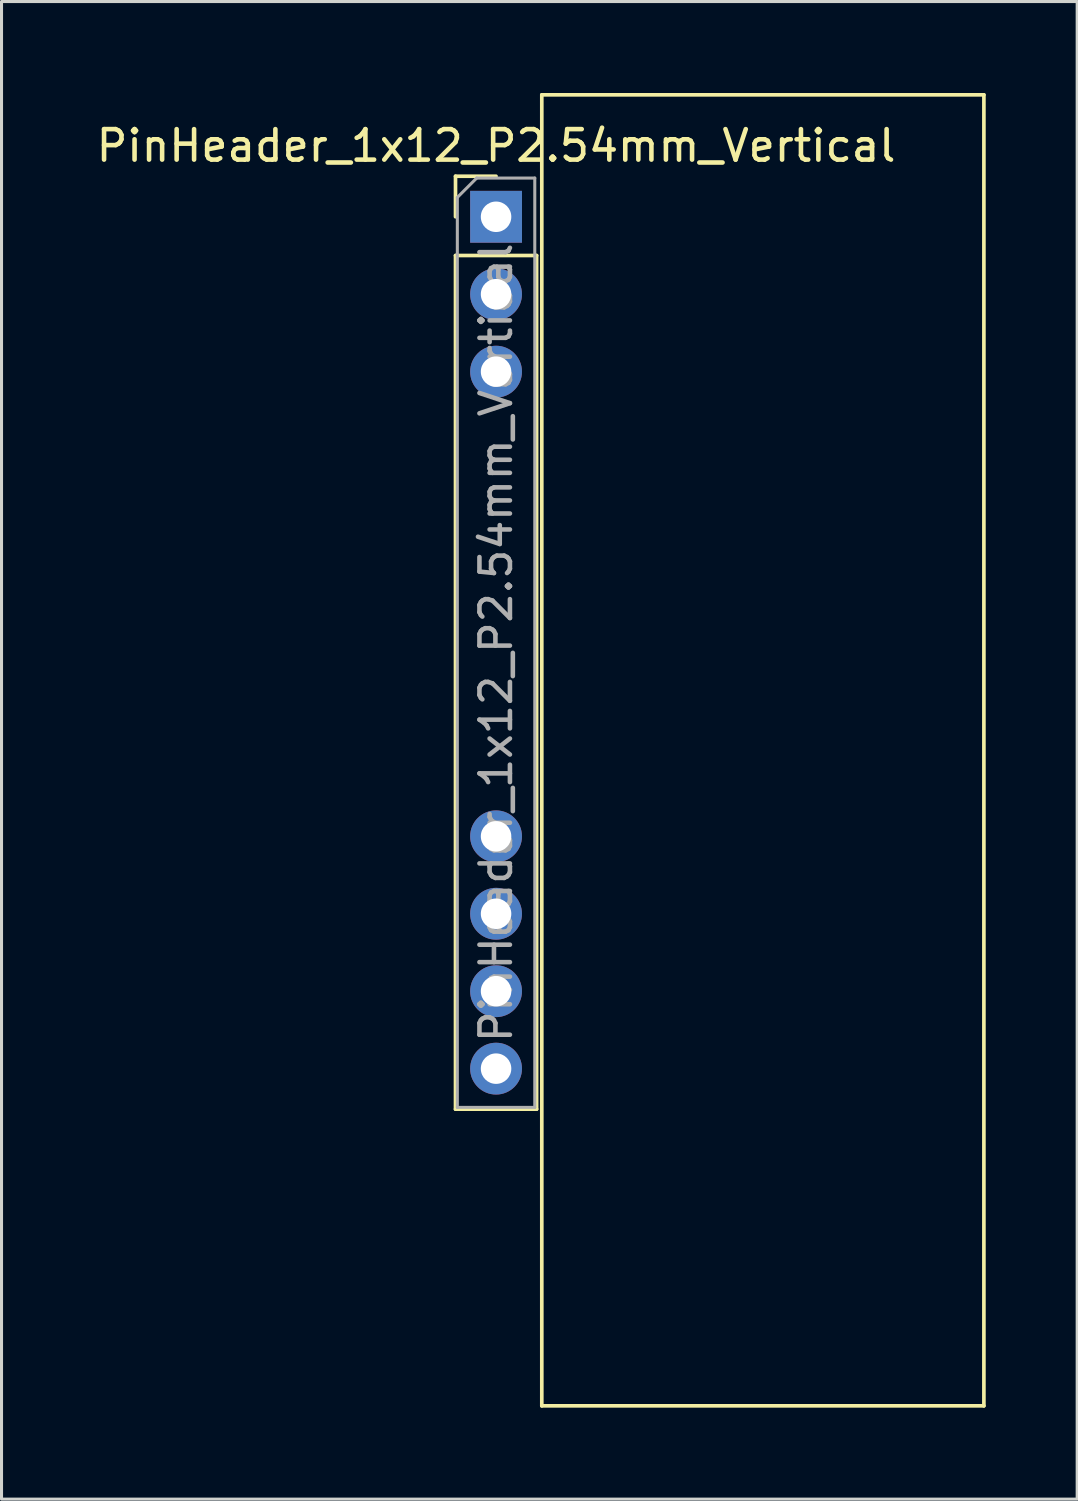
<source format=kicad_pcb>
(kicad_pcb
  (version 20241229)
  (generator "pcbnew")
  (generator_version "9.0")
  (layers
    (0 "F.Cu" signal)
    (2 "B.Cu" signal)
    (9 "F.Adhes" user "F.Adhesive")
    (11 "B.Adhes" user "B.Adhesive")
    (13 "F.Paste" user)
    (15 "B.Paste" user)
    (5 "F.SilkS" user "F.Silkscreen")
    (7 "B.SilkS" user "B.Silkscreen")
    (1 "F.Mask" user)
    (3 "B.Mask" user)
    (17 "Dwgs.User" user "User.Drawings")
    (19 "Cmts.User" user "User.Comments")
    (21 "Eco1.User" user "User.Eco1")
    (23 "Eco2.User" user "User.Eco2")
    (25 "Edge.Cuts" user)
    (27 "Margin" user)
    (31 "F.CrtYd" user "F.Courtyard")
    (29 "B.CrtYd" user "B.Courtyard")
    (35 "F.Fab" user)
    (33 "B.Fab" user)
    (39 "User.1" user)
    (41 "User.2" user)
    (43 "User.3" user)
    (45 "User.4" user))
  (footprint "PinHeader_1x12_P2.54mm_Vertical"
    (layer "F.Cu")
    (at 13.22 4.06)
    (property "Reference" "PinHeader_1x12_P2.54mm_Vertical" (at 0 -2.33 0) (layer "F.SilkS") (effects (font (size 1 1) (thickness 0.15))))
    (attr through_hole)
    (fp_line (start -1.33 -1.33) (end 0 -1.33) (stroke (width 0.12) (type solid)) (layer "F.SilkS"))
    (fp_line (start -1.33 0) (end -1.33 -1.33) (stroke (width 0.12) (type solid)) (layer "F.SilkS"))
    (fp_line (start -1.33 1.27) (end -1.33 29.27) (stroke (width 0.12) (type solid)) (layer "F.SilkS"))
    (fp_line (start -1.33 1.27) (end 1.33 1.27) (stroke (width 0.12) (type solid)) (layer "F.SilkS"))
    (fp_line (start -1.33 29.27) (end 1.33 29.27) (stroke (width 0.12) (type solid)) (layer "F.SilkS"))
    (fp_line (start 1.33 1.27) (end 1.33 29.27) (stroke (width 0.12) (type solid)) (layer "F.SilkS"))
    (fp_line (start 1.5 -4) (end 16 -4) (stroke (width 0.12) (type solid)) (layer "F.SilkS"))
    (fp_line (start 1.5 39) (end 1.5 -4) (stroke (width 0.12) (type solid)) (layer "F.SilkS"))
    (fp_line (start 16 -4) (end 16 39) (stroke (width 0.12) (type solid)) (layer "F.SilkS"))
    (fp_line (start 16 39) (end 1.5 39) (stroke (width 0.12) (type solid)) (layer "F.SilkS"))
    (fp_line (start -1.27 -0.635) (end -0.635 -1.27) (stroke (width 0.1) (type solid)) (layer "F.Fab"))
    (fp_line (start -1.27 29.21) (end -1.27 -0.635) (stroke (width 0.1) (type solid)) (layer "F.Fab"))
    (fp_line (start -0.635 -1.27) (end 1.27 -1.27) (stroke (width 0.1) (type solid)) (layer "F.Fab"))
    (fp_line (start 1.27 -1.27) (end 1.27 29.21) (stroke (width 0.1) (type solid)) (layer "F.Fab"))
    (fp_line (start 1.27 29.21) (end -1.27 29.21) (stroke (width 0.1) (type solid)) (layer "F.Fab"))
    (fp_text user "${REFERENCE}" (at 0 13.97 90) (layer "F.Fab") (effects (font (size 1 1) (thickness 0.15))))
    (pad "1" thru_hole rect (at 0 0) (size 1.7 1.7) (drill 1) (layers "*.Cu" "*.Mask"))
    (pad "2" thru_hole oval (at 0 2.54) (size 1.7 1.7) (drill 1) (layers "*.Cu" "*.Mask"))
    (pad "3" thru_hole oval (at 0 5.08) (size 1.7 1.7) (drill 1) (layers "*.Cu" "*.Mask"))
    (pad "4" thru_hole oval (at 0 20.32) (size 1.7 1.7) (drill 1) (layers "*.Cu" "*.Mask"))
    (pad "5" thru_hole oval (at 0 22.86) (size 1.7 1.7) (drill 1) (layers "*.Cu" "*.Mask"))
    (pad "6" thru_hole oval (at 0 25.4) (size 1.7 1.7) (drill 1) (layers "*.Cu" "*.Mask"))
    (pad "7" thru_hole oval (at 0 27.94) (size 1.7 1.7) (drill 1) (layers "*.Cu" "*.Mask")))
  (gr_rect
    (start -3 -3)
    (end 32.28 46.12)
    (stroke (width 0.1) (type default))
    (fill no)
    (layer "Edge.Cuts")))
</source>
